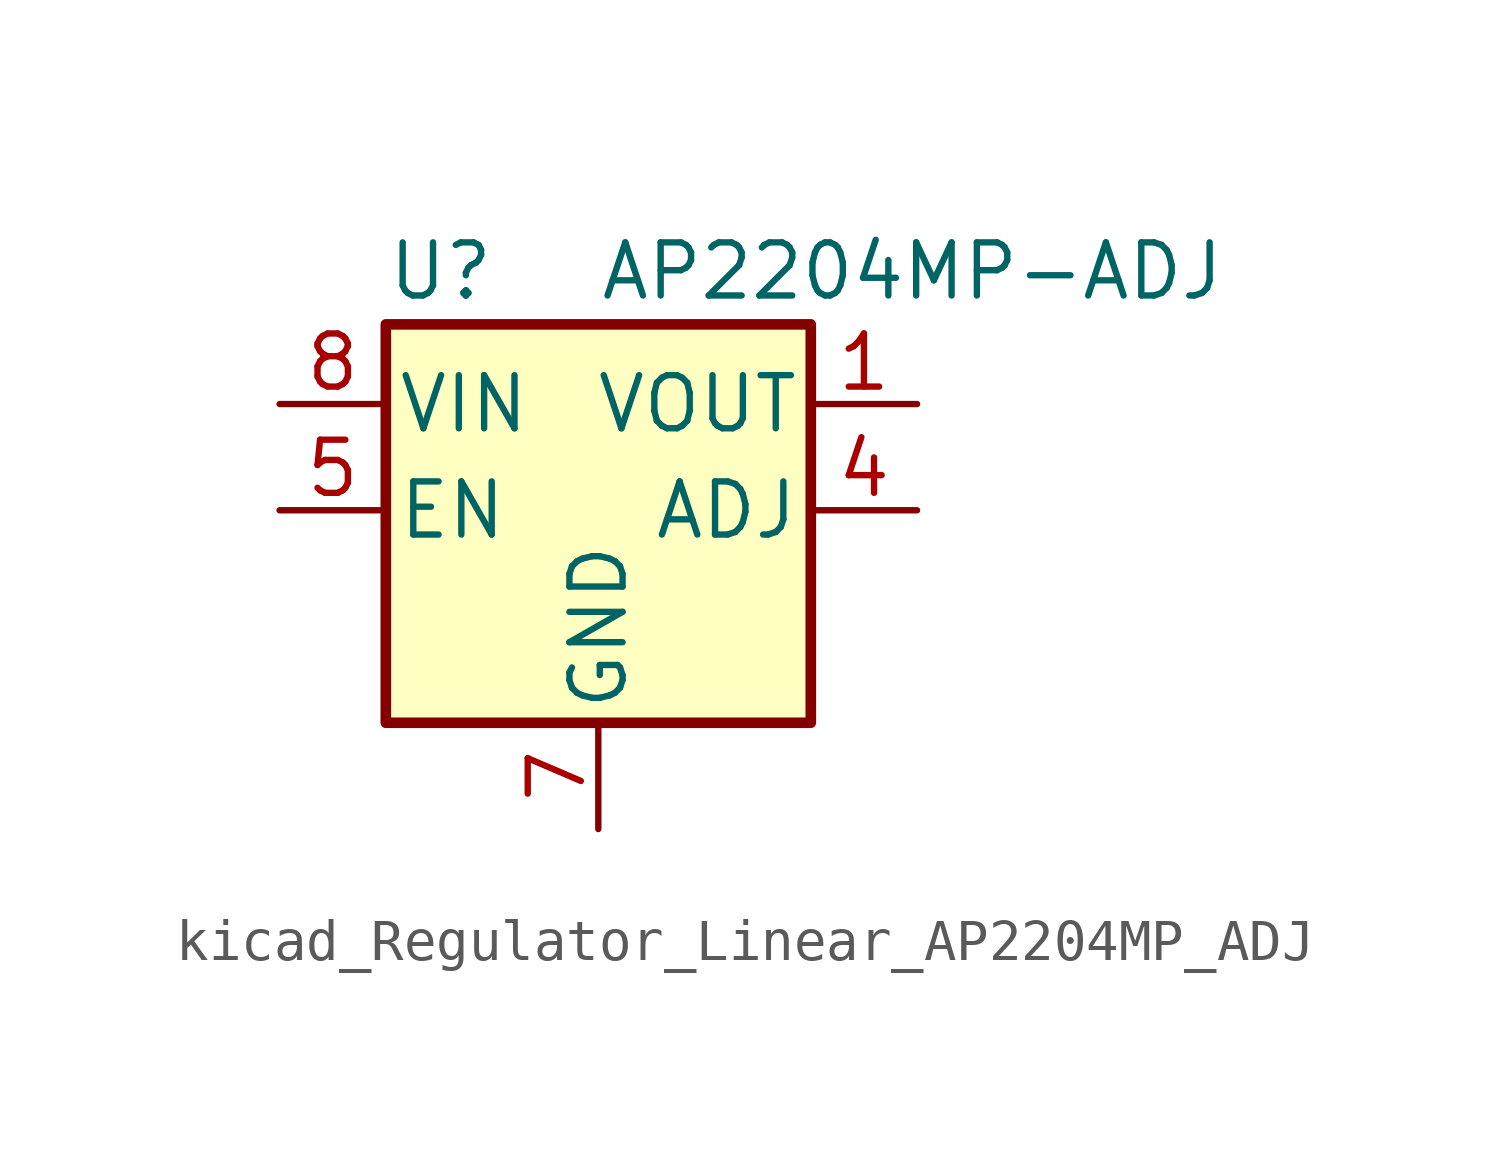
<source format=kicad_sym>
(kicad_symbol_lib
  (version 20220914)
  (generator kicad_symbol_editor)
  (symbol "kicad_Regulator_Linear_AP2204MP_ADJ"
    (pin_names
      (offset 0.254))
    (property "Reference" "U"
      (at -5.08 5.715 0)
      (effects (font (size 1.27 1.27)) (justify left)))
    (property "Value" "AP2204MP-ADJ"
      (at 0 5.715 0)
      (effects (font (size 1.27 1.27)) (justify left)))
    (symbol "kicad_Regulator_Linear_AP2204MP_ADJ_0_1"
      (rectangle (start -5.08 4.445) (end 5.08 -5.08) (stroke (width 0.254) (type default)) (fill (type background))))
    (symbol "kicad_Regulator_Linear_AP2204MP_ADJ_1_1"
      (pin power_out line (at 7.62 2.54 180) (length 2.54) (name "VOUT" (effects (font (size 1.27 1.27)))) (number "1" (effects (font (size 1.27 1.27)))))
      (pin no_connect line (at -5.08 -2.54 0) (length 2.54) hide (name "NC" (effects (font (size 1.27 1.27)))) (number "2" (effects (font (size 1.27 1.27)))))
      (pin no_connect line (at -2.54 -5.08 90) (length 2.54) hide (name "NC" (effects (font (size 1.27 1.27)))) (number "3" (effects (font (size 1.27 1.27)))))
      (pin input line (at 7.62 0 180) (length 2.54) (name "ADJ" (effects (font (size 1.27 1.27)))) (number "4" (effects (font (size 1.27 1.27)))))
      (pin input line (at -7.62 0 0) (length 2.54) (name "EN" (effects (font (size 1.27 1.27)))) (number "5" (effects (font (size 1.27 1.27)))))
      (pin no_connect line (at 5.08 -2.54 180) (length 2.54) hide (name "NC" (effects (font (size 1.27 1.27)))) (number "6" (effects (font (size 1.27 1.27)))))
      (pin power_in line (at 0 -7.62 90) (length 2.54) (name "GND" (effects (font (size 1.27 1.27)))) (number "7" (effects (font (size 1.27 1.27)))))
      (pin power_in line (at -7.62 2.54 0) (length 2.54) (name "VIN" (effects (font (size 1.27 1.27)))) (number "8" (effects (font (size 1.27 1.27)))))
      (pin passive line (at 0 -7.62 90) (length 2.54) hide (name "GND" (effects (font (size 1.27 1.27)))) (number "9" (effects (font (size 1.27 1.27))))))))
</source>
